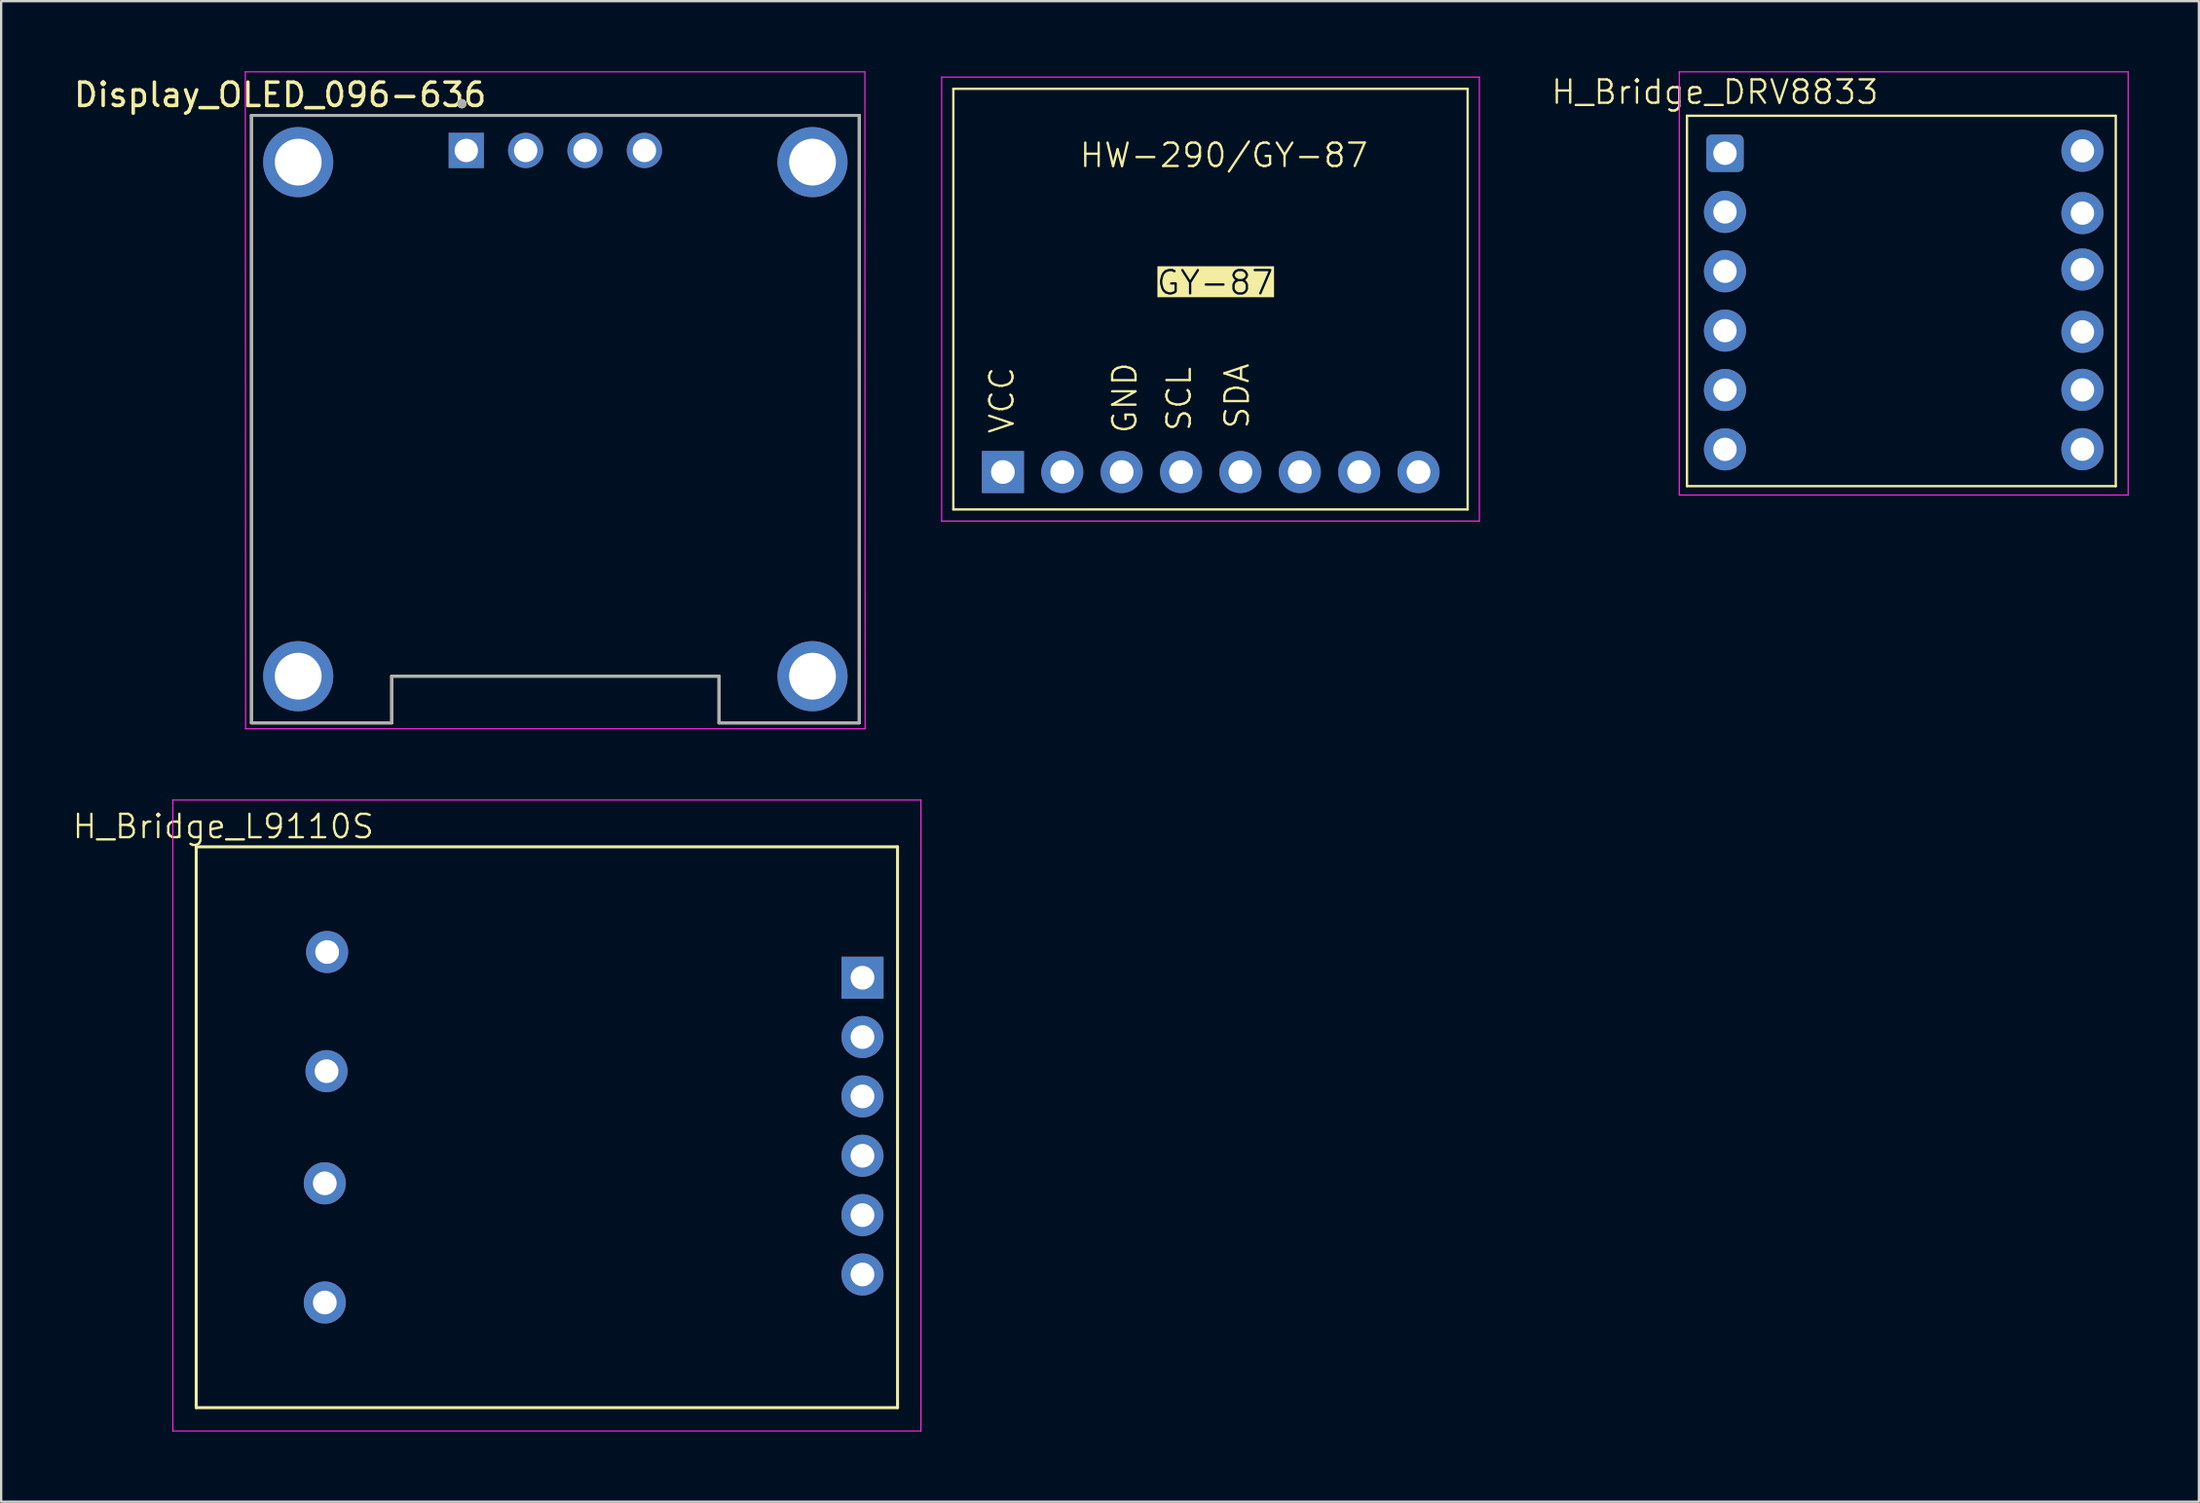
<source format=kicad_pcb>
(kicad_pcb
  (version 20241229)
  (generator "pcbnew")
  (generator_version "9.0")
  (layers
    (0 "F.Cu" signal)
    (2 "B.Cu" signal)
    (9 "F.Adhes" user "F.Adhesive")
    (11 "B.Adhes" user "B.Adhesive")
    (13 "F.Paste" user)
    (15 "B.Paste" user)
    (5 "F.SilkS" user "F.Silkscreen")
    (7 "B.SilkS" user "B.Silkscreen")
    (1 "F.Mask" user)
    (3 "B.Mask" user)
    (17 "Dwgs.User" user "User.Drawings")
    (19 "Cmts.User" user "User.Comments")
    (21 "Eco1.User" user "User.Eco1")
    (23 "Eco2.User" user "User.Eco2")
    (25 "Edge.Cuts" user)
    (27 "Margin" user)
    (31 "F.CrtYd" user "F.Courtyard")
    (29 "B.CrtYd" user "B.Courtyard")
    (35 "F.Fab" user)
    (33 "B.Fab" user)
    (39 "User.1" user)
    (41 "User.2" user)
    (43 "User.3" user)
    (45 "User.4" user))
  (footprint "GY-87"
    (layer "F.Cu")
    (at 37.23 0.25)
    (property "Reference" "GY-87" (at 11.7 8.8 0) (unlocked yes) (layer "F.SilkS" knockout) (effects (font (size 1 1) (thickness 0.1))))
    (attr through_hole)
    (fp_line (start 0.5 0.5) (end 22.5 0.5) (stroke (width 0.1) (type default)) (layer "F.SilkS"))
    (fp_line (start 0.5 18.5) (end 0.5 0.5) (stroke (width 0.1) (type default)) (layer "F.SilkS"))
    (fp_line (start 22.5 0.5) (end 22.5 18.5) (stroke (width 0.1) (type default)) (layer "F.SilkS"))
    (fp_line (start 22.5 18.5) (end 0.5 18.5) (stroke (width 0.1) (type default)) (layer "F.SilkS"))
    (fp_line (start 0 0) (end 23 0) (stroke (width 0.05) (type default)) (layer "F.CrtYd"))
    (fp_line (start 0 19) (end 0 0) (stroke (width 0.05) (type default)) (layer "F.CrtYd"))
    (fp_line (start 23 0) (end 23 19) (stroke (width 0.05) (type default)) (layer "F.CrtYd"))
    (fp_line (start 23 19) (end 0 19) (stroke (width 0.05) (type default)) (layer "F.CrtYd"))
    (fp_text user "SCL" (at 10.74 15.22 90) (unlocked yes) (layer "F.SilkS") (effects (font (size 1 1) (thickness 0.1)) (justify left bottom)))
    (fp_text user "VCC" (at 3.16 15.32 90) (unlocked yes) (layer "F.SilkS") (effects (font (size 1 1) (thickness 0.1)) (justify left bottom)))
    (fp_text user "SDA" (at 13.22 15.12 90) (unlocked yes) (layer "F.SilkS") (effects (font (size 1 1) (thickness 0.1)) (justify left bottom)))
    (fp_text user "HW-290/GY-87" (at 5.84 3.93 0) (unlocked yes) (layer "F.SilkS") (effects (font (size 1 1) (thickness 0.1)) (justify left bottom)))
    (fp_text user "GND" (at 8.42 15.32 90) (unlocked yes) (layer "F.SilkS") (effects (font (size 1 1) (thickness 0.1)) (justify left bottom)))
    (pad "1" thru_hole rect (at 2.62 16.9 90) (size 1.8 1.8) (drill 1.016) (layers "*.Cu" "B.Mask"))
    (pad "2" thru_hole circle (at 5.16 16.9 90) (size 1.8 1.8) (drill 1.016) (layers "*.Cu" "B.Mask"))
    (pad "3" thru_hole circle (at 7.7 16.9 90) (size 1.8 1.8) (drill 1.016) (layers "*.Cu" "B.Mask"))
    (pad "4" thru_hole circle (at 10.24 16.9 90) (size 1.8 1.8) (drill 1.016) (layers "*.Cu" "B.Mask"))
    (pad "5" thru_hole circle (at 12.78 16.9 90) (size 1.8 1.8) (drill 1.016) (layers "*.Cu" "B.Mask"))
    (pad "6" thru_hole circle (at 15.32 16.9 90) (size 1.8 1.8) (drill 1.016) (layers "*.Cu" "B.Mask"))
    (pad "7" thru_hole circle (at 17.86 16.9 90) (size 1.8 1.8) (drill 1.016) (layers "*.Cu" "B.Mask"))
    (pad "8" thru_hole circle (at 20.4 16.9 90) (size 1.8 1.8) (drill 1.016) (layers "*.Cu" "B.Mask")))
  (footprint "H_Bridge_L9110S"
    (layer "F.Cu")
    (at 21.537 44.897)
    (property "Reference" "H_Bridge_L9110S" (at -15.035 -12.579 0) (unlocked yes) (layer "F.SilkS") (effects (font (size 1 1) (thickness 0.1))))
    (attr through_hole)
    (fp_line (start -16.194 -11.706) (end 13.806 -11.706) (stroke (width 0.127) (type solid)) (layer "F.SilkS"))
    (fp_line (start -16.194 12.294) (end -16.194 -11.706) (stroke (width 0.127) (type solid)) (layer "F.SilkS"))
    (fp_line (start 13.806 -11.706) (end 13.806 12.294) (stroke (width 0.127) (type solid)) (layer "F.SilkS"))
    (fp_line (start 13.806 12.294) (end -16.194 12.294) (stroke (width 0.127) (type solid)) (layer "F.SilkS"))
    (fp_line (start -17.194 13.294) (end -17.194 -13.709) (stroke (width 0.05) (type solid)) (layer "F.CrtYd"))
    (fp_line (start -17.194 13.294) (end 14.806 13.294) (stroke (width 0.05) (type solid)) (layer "F.CrtYd"))
    (fp_line (start 14.806 -13.709) (end -17.194 -13.709) (stroke (width 0.05) (type solid)) (layer "F.CrtYd"))
    (fp_line (start 14.806 -13.709) (end 14.806 13.294) (stroke (width 0.05) (type solid)) (layer "F.CrtYd"))
    (pad "1" thru_hole rect (at 12.306 -6.106) (size 1.8 1.8) (drill 1.016) (layers "*.Cu" "B.Mask"))
    (pad "2" thru_hole circle (at 12.306 -3.566) (size 1.8 1.8) (drill 1.016) (layers "*.Cu" "B.Mask"))
    (pad "3" thru_hole circle (at 12.306 -1.026) (size 1.8 1.8) (drill 1.016) (layers "*.Cu" "B.Mask"))
    (pad "4" thru_hole circle (at 12.306 1.514) (size 1.8 1.8) (drill 1.016) (layers "*.Cu" "B.Mask"))
    (pad "5" thru_hole circle (at 12.306 4.054) (size 1.8 1.8) (drill 1.016) (layers "*.Cu" "B.Mask"))
    (pad "6" thru_hole circle (at 12.306 6.594) (size 1.8 1.8) (drill 1.016) (layers "*.Cu" "B.Mask"))
    (pad "7" thru_hole circle (at -10.594 -7.206) (size 1.8 1.8) (drill 1.016) (layers "*.Cu" "B.Mask"))
    (pad "8" thru_hole circle (at -10.619 -2.106) (size 1.8 1.8) (drill 1.016) (layers "*.Cu" "B.Mask"))
    (pad "9" thru_hole circle (at -10.694 2.694) (size 1.8 1.8) (drill 1.016) (layers "*.Cu" "B.Mask"))
    (pad "10" thru_hole circle (at -10.694 7.794) (size 1.8 1.8) (drill 1.016) (layers "*.Cu" "B.Mask")))
  (footprint "Display_OLED_096-636"
    (layer "F.Cu")
    (at 20.695 13.275)
    (property "Reference" "Display_OLED_096-636" (at -11.76 -12.268 0) (layer "F.SilkS") (effects (font (size 1 1) (thickness 0.15))))
    (attr through_hole)
    (fp_line (start -12.989 -11.387) (end 13.011 -11.387) (stroke (width 0.127) (type solid)) (layer "F.SilkS"))
    (fp_line (start -12.989 14.613) (end -12.989 -11.387) (stroke (width 0.127) (type solid)) (layer "F.SilkS"))
    (fp_line (start -6.989 12.613) (end -6.989 14.613) (stroke (width 0.127) (type solid)) (layer "F.SilkS"))
    (fp_line (start -6.989 14.613) (end -12.989 14.613) (stroke (width 0.127) (type solid)) (layer "F.SilkS"))
    (fp_line (start 7.011 12.613) (end -6.989 12.613) (stroke (width 0.127) (type solid)) (layer "F.SilkS"))
    (fp_line (start 7.011 14.613) (end 7.011 12.613) (stroke (width 0.127) (type solid)) (layer "F.SilkS"))
    (fp_line (start 13.011 -11.387) (end 13.011 14.613) (stroke (width 0.127) (type solid)) (layer "F.SilkS"))
    (fp_line (start 13.011 14.613) (end 7.011 14.613) (stroke (width 0.127) (type solid)) (layer "F.SilkS"))
    (fp_circle (center -3.989 -11.887) (end -3.889 -11.887) (stroke (width 0.2) (type solid)) (fill no) (layer "F.SilkS"))
    (fp_line (start -13.25 -13.25) (end 13.25 -13.25) (stroke (width 0.05) (type solid)) (layer "F.CrtYd"))
    (fp_line (start -13.239 14.863) (end -13.25 -13.25) (stroke (width 0.05) (type solid)) (layer "F.CrtYd"))
    (fp_line (start 13.25 -13.25) (end 13.261 14.863) (stroke (width 0.05) (type solid)) (layer "F.CrtYd"))
    (fp_line (start 13.261 14.863) (end -13.239 14.863) (stroke (width 0.05) (type solid)) (layer "F.CrtYd"))
    (fp_line (start -12.989 -11.387) (end 13.011 -11.387) (stroke (width 0.127) (type solid)) (layer "F.Fab"))
    (fp_line (start -12.989 14.613) (end -12.989 -11.387) (stroke (width 0.127) (type solid)) (layer "F.Fab"))
    (fp_line (start -6.989 12.613) (end 7.011 12.613) (stroke (width 0.127) (type solid)) (layer "F.Fab"))
    (fp_line (start -6.989 14.613) (end -12.989 14.613) (stroke (width 0.127) (type solid)) (layer "F.Fab"))
    (fp_line (start -6.989 14.613) (end -6.989 12.613) (stroke (width 0.127) (type solid)) (layer "F.Fab"))
    (fp_line (start 7.011 12.613) (end 7.011 14.613) (stroke (width 0.127) (type solid)) (layer "F.Fab"))
    (fp_line (start 13.011 -11.387) (end 13.011 14.613) (stroke (width 0.127) (type solid)) (layer "F.Fab"))
    (fp_line (start 13.011 14.613) (end 7.011 14.613) (stroke (width 0.127) (type solid)) (layer "F.Fab"))
    (fp_circle (center -3.989 -11.887) (end -3.889 -11.887) (stroke (width 0.2) (type solid)) (fill no) (layer "F.Fab"))
    (pad "" thru_hole circle (at -10.989 -9.387) (size 3 3) (drill 2) (layers "*.Cu" "*.Mask"))
    (pad "" thru_hole circle (at -10.989 12.613) (size 3 3) (drill 2) (layers "*.Cu" "*.Mask"))
    (pad "" thru_hole circle (at 11.011 -9.387) (size 3 3) (drill 2) (layers "*.Cu" "*.Mask"))
    (pad "" thru_hole circle (at 11.011 12.613) (size 3 3) (drill 2) (layers "*.Cu" "*.Mask"))
    (pad "1" thru_hole rect (at -3.799 -9.887) (size 1.508 1.508) (drill 1) (layers "*.Cu" "*.Mask"))
    (pad "2" thru_hole circle (at -1.259 -9.887) (size 1.508 1.508) (drill 1) (layers "*.Cu" "*.Mask"))
    (pad "3" thru_hole circle (at 1.281 -9.887) (size 1.508 1.508) (drill 1) (layers "*.Cu" "*.Mask"))
    (pad "4" thru_hole circle (at 3.821 -9.887) (size 1.508 1.508) (drill 1) (layers "*.Cu" "*.Mask")))
  (footprint "H_Bridge_DRV8833"
    (layer "F.Cu")
    (at 78.129 8.305)
    (property "Reference" "H_Bridge_DRV8833" (at -7.823 -7.417 0) (unlocked yes) (layer "F.SilkS") (effects (font (size 1 1) (thickness 0.1))))
    (attr through_hole)
    (fp_line (start -9.017 -6.401) (end 9.316 -6.401) (stroke (width 0.1) (type default)) (layer "F.SilkS"))
    (fp_line (start -9.017 9.449) (end -9.017 -6.401) (stroke (width 0.1) (type default)) (layer "F.SilkS"))
    (fp_line (start 9.325 -6.401) (end 9.325 9.449) (stroke (width 0.1) (type default)) (layer "F.SilkS"))
    (fp_line (start 9.325 9.449) (end -9.017 9.449) (stroke (width 0.1) (type default)) (layer "F.SilkS"))
    (fp_line (start -9.347 -8.28) (end 9.855 -8.28) (stroke (width 0.05) (type default)) (layer "F.CrtYd"))
    (fp_line (start -9.347 9.83) (end -9.347 -8.28) (stroke (width 0.05) (type default)) (layer "F.CrtYd"))
    (fp_line (start 9.855 -8.28) (end 9.855 9.83) (stroke (width 0.05) (type default)) (layer "F.CrtYd"))
    (fp_line (start 9.855 9.83) (end -9.347 9.83) (stroke (width 0.05) (type default)) (layer "F.CrtYd"))
    (pad "1" thru_hole roundrect (at -7.391 -4.796) (size 1.6 1.6) (drill 1) (layers "*.Cu" "B.Mask") (roundrect_rratio 0.15))
    (pad "2" thru_hole circle (at -7.391 -2.286) (size 1.8 1.8) (drill 1) (layers "*.Cu" "B.Mask"))
    (pad "3" thru_hole circle (at -7.391 0.254) (size 1.8 1.8) (drill 1) (layers "*.Cu" "B.Mask"))
    (pad "4" thru_hole circle (at -7.391 2.794) (size 1.8 1.8) (drill 1) (layers "*.Cu" "B.Mask"))
    (pad "5" thru_hole circle (at -7.391 5.334) (size 1.8 1.8) (drill 1) (layers "*.Cu" "B.Mask"))
    (pad "6" thru_hole circle (at -7.391 7.874) (size 1.8 1.8) (drill 1) (layers "*.Cu" "B.Mask"))
    (pad "7" thru_hole circle (at 7.899 7.868) (size 1.8 1.8) (drill 1) (layers "*.Cu" "B.Mask"))
    (pad "8" thru_hole circle (at 7.899 5.328) (size 1.8 1.8) (drill 1) (layers "*.Cu" "B.Mask"))
    (pad "9" thru_hole circle (at 7.899 2.845) (size 1.8 1.8) (drill 1) (layers "*.Cu" "B.Mask"))
    (pad "10" thru_hole circle (at 7.899 0.178) (size 1.8 1.8) (drill 1) (layers "*.Cu" "B.Mask"))
    (pad "11" thru_hole circle (at 7.899 -2.235) (size 1.8 1.8) (drill 1) (layers "*.Cu" "B.Mask"))
    (pad "12" thru_hole circle (at 7.899 -4.902) (size 1.8 1.8) (drill 1) (layers "*.Cu" "B.Mask")))
  (gr_rect
    (start -3 -3)
    (end 91.009 61.215)
    (stroke (width 0.1) (type default))
    (fill no)
    (layer "Edge.Cuts")))
</source>
